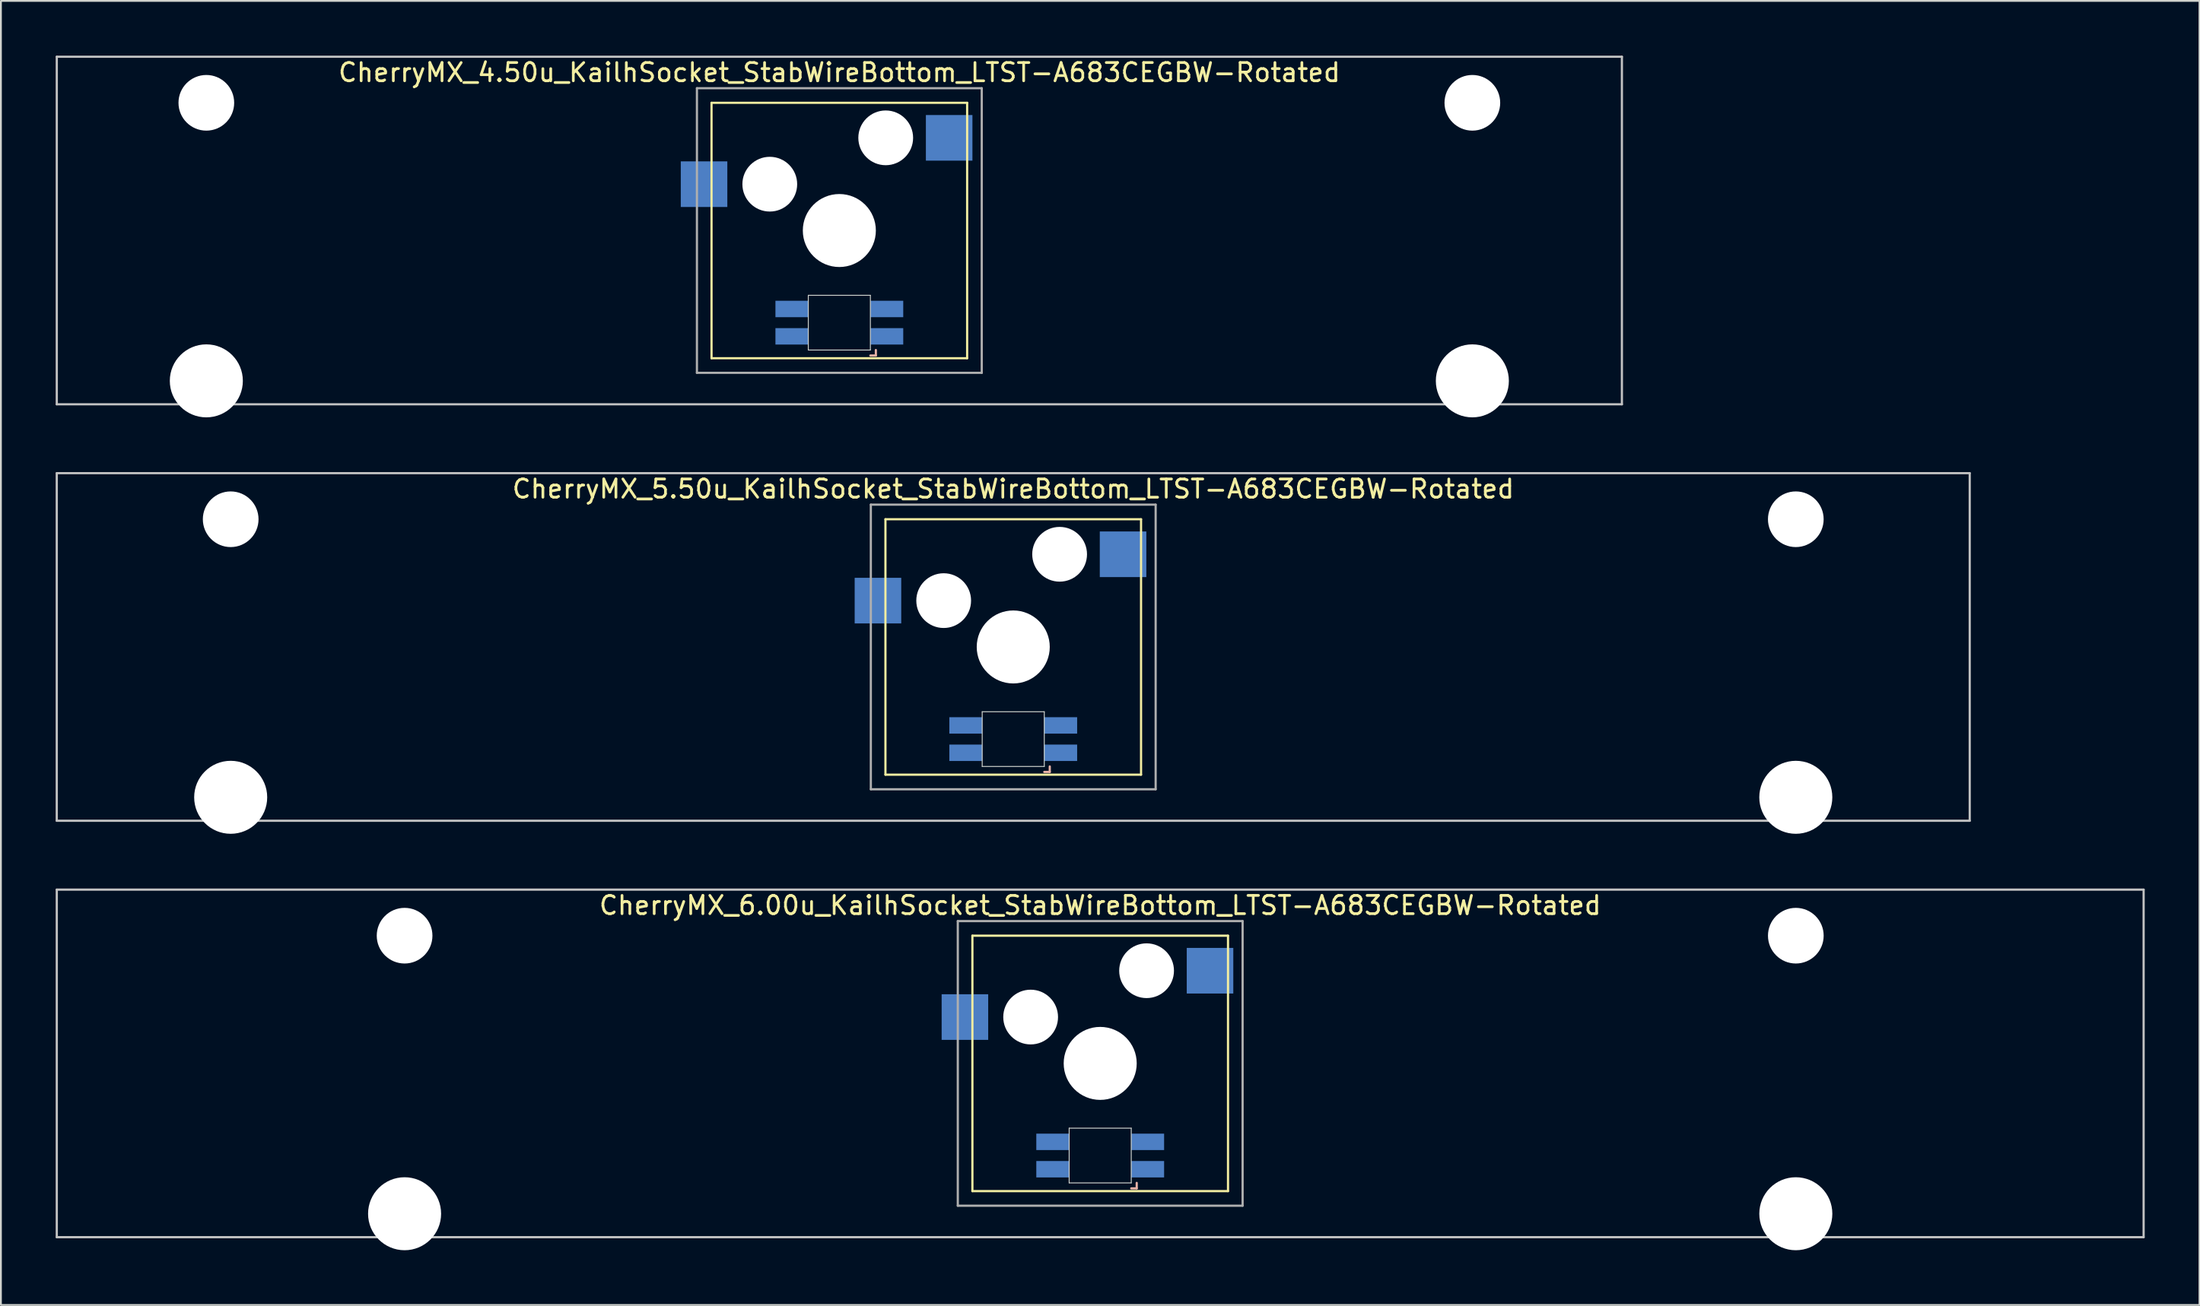
<source format=kicad_pcb>
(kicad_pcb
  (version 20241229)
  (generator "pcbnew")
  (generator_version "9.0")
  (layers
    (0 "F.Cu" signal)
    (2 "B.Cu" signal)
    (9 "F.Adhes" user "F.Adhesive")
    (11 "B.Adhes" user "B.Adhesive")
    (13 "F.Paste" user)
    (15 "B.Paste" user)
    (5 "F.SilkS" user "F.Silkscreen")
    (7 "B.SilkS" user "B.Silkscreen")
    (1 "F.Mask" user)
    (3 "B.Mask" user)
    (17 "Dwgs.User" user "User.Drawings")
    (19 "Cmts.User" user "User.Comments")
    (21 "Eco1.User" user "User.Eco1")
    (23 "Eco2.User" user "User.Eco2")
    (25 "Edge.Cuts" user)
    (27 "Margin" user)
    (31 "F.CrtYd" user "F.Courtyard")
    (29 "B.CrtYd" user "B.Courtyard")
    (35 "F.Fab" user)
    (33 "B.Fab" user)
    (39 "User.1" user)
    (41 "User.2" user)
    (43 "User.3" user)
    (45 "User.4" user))
  (footprint "CherryMX_4.50u_KailhSocket_StabWireBottom_LTST-A683CEGBW-Rotated"
    (layer "F.Cu")
    (at 42.922 9.585)
    (property "Reference" "CherryMX_4.50u_KailhSocket_StabWireBottom_LTST-A683CEGBW-Rotated" (at 0 -8.662 0) (layer "F.SilkS") (effects (font (size 1 1) (thickness 0.15))))
    (attr through_hole)
    (fp_line (start -7 -7) (end -7 7) (stroke (width 0.12) (type solid)) (layer "F.SilkS"))
    (fp_line (start -7 -7) (end 7 -7) (stroke (width 0.12) (type solid)) (layer "F.SilkS"))
    (fp_line (start 7 -7) (end 7 7) (stroke (width 0.12) (type solid)) (layer "F.SilkS"))
    (fp_line (start 7 7) (end -7 7) (stroke (width 0.12) (type solid)) (layer "F.SilkS"))
    (fp_line (start 1.7 6.85) (end 2 6.85) (stroke (width 0.12) (type solid)) (layer "B.SilkS"))
    (fp_line (start 2 6.85) (end 2 6.55) (stroke (width 0.12) (type solid)) (layer "B.SilkS"))
    (fp_line (start -42.862 -9.525) (end 42.862 -9.525) (stroke (width 0.12) (type solid)) (layer "Dwgs.User"))
    (fp_line (start -42.862 9.525) (end -42.862 -9.525) (stroke (width 0.12) (type solid)) (layer "Dwgs.User"))
    (fp_line (start 42.862 -9.525) (end 42.862 9.525) (stroke (width 0.12) (type solid)) (layer "Dwgs.User"))
    (fp_line (start 42.862 9.525) (end -42.862 9.525) (stroke (width 0.12) (type solid)) (layer "Dwgs.User"))
    (fp_line (start -1.7 3.55) (end 1.7 3.55) (stroke (width 0.05) (type solid)) (layer "Edge.Cuts"))
    (fp_line (start -1.7 6.55) (end -1.7 3.55) (stroke (width 0.05) (type solid)) (layer "Edge.Cuts"))
    (fp_line (start 1.7 3.55) (end 1.7 6.55) (stroke (width 0.05) (type solid)) (layer "Edge.Cuts"))
    (fp_line (start 1.7 6.55) (end -1.7 6.55) (stroke (width 0.05) (type solid)) (layer "Edge.Cuts"))
    (fp_line (start -7.8 -7.8) (end -7.8 7.8) (stroke (width 0.12) (type solid)) (layer "F.Fab"))
    (fp_line (start -7.8 -7.8) (end 7.8 -7.8) (stroke (width 0.12) (type solid)) (layer "F.Fab"))
    (fp_line (start -7.8 7.8) (end 7.8 7.8) (stroke (width 0.12) (type solid)) (layer "F.Fab"))
    (fp_line (start 7.8 -7.8) (end 7.8 7.8) (stroke (width 0.12) (type solid)) (layer "F.Fab"))
    (pad "" np_thru_hole circle (at -34.671 -7) (size 3.05 3.05) (drill 3.05) (layers "*.Cu" "*.Mask"))
    (pad "" np_thru_hole circle (at -34.671 8.24) (size 4 4) (drill 4) (layers "*.Cu" "*.Mask"))
    (pad "" np_thru_hole circle (at -3.81 -2.54) (size 3 3) (drill 3) (layers "*.Cu" "*.Mask"))
    (pad "" np_thru_hole circle (at 0 0) (size 4 4) (drill 4) (layers "*.Cu" "*.Mask"))
    (pad "" np_thru_hole circle (at 2.54 -5.08) (size 3 3) (drill 3) (layers "*.Cu" "*.Mask"))
    (pad "" np_thru_hole circle (at 34.671 -7) (size 3.05 3.05) (drill 3.05) (layers "*.Cu" "*.Mask"))
    (pad "" np_thru_hole circle (at 34.671 8.24) (size 4 4) (drill 4) (layers "*.Cu" "*.Mask"))
    (pad "1" smd rect (at -7.41 -2.54) (size 2.55 2.5) (layers "B.Cu" "B.Mask" "B.Paste"))
    (pad "2" smd rect (at 6.015 -5.08) (size 2.55 2.5) (layers "B.Cu" "B.Mask" "B.Paste"))
    (pad "3" smd rect (at 2.6 5.8) (size 1.8 0.9) (layers "B.Cu" "B.Mask" "B.Paste"))
    (pad "4" smd rect (at 2.6 4.3) (size 1.8 0.9) (layers "B.Cu" "B.Mask" "B.Paste"))
    (pad "5" smd rect (at -2.6 5.8) (size 1.8 0.9) (layers "B.Cu" "B.Mask" "B.Paste"))
    (pad "6" smd rect (at -2.6 4.3) (size 1.8 0.9) (layers "B.Cu" "B.Mask" "B.Paste")))
  (footprint "CherryMX_5.50u_KailhSocket_StabWireBottom_LTST-A683CEGBW-Rotated"
    (layer "F.Cu")
    (at 52.447 32.41)
    (property "Reference" "CherryMX_5.50u_KailhSocket_StabWireBottom_LTST-A683CEGBW-Rotated" (at 0 -8.662 0) (layer "F.SilkS") (effects (font (size 1 1) (thickness 0.15))))
    (attr through_hole)
    (fp_line (start -7 -7) (end -7 7) (stroke (width 0.12) (type solid)) (layer "F.SilkS"))
    (fp_line (start -7 -7) (end 7 -7) (stroke (width 0.12) (type solid)) (layer "F.SilkS"))
    (fp_line (start 7 -7) (end 7 7) (stroke (width 0.12) (type solid)) (layer "F.SilkS"))
    (fp_line (start 7 7) (end -7 7) (stroke (width 0.12) (type solid)) (layer "F.SilkS"))
    (fp_line (start 1.7 6.85) (end 2 6.85) (stroke (width 0.12) (type solid)) (layer "B.SilkS"))
    (fp_line (start 2 6.85) (end 2 6.55) (stroke (width 0.12) (type solid)) (layer "B.SilkS"))
    (fp_line (start -52.388 -9.525) (end 52.388 -9.525) (stroke (width 0.12) (type solid)) (layer "Dwgs.User"))
    (fp_line (start -52.388 9.525) (end -52.388 -9.525) (stroke (width 0.12) (type solid)) (layer "Dwgs.User"))
    (fp_line (start 52.388 -9.525) (end 52.388 9.525) (stroke (width 0.12) (type solid)) (layer "Dwgs.User"))
    (fp_line (start 52.388 9.525) (end -52.388 9.525) (stroke (width 0.12) (type solid)) (layer "Dwgs.User"))
    (fp_line (start -1.7 3.55) (end 1.7 3.55) (stroke (width 0.05) (type solid)) (layer "Edge.Cuts"))
    (fp_line (start -1.7 6.55) (end -1.7 3.55) (stroke (width 0.05) (type solid)) (layer "Edge.Cuts"))
    (fp_line (start 1.7 3.55) (end 1.7 6.55) (stroke (width 0.05) (type solid)) (layer "Edge.Cuts"))
    (fp_line (start 1.7 6.55) (end -1.7 6.55) (stroke (width 0.05) (type solid)) (layer "Edge.Cuts"))
    (fp_line (start -7.8 -7.8) (end -7.8 7.8) (stroke (width 0.12) (type solid)) (layer "F.Fab"))
    (fp_line (start -7.8 -7.8) (end 7.8 -7.8) (stroke (width 0.12) (type solid)) (layer "F.Fab"))
    (fp_line (start -7.8 7.8) (end 7.8 7.8) (stroke (width 0.12) (type solid)) (layer "F.Fab"))
    (fp_line (start 7.8 -7.8) (end 7.8 7.8) (stroke (width 0.12) (type solid)) (layer "F.Fab"))
    (pad "" np_thru_hole circle (at -42.862 -7) (size 3.05 3.05) (drill 3.05) (layers "*.Cu" "*.Mask"))
    (pad "" np_thru_hole circle (at -42.862 8.24) (size 4 4) (drill 4) (layers "*.Cu" "*.Mask"))
    (pad "" np_thru_hole circle (at -3.81 -2.54) (size 3 3) (drill 3) (layers "*.Cu" "*.Mask"))
    (pad "" np_thru_hole circle (at 0 0) (size 4 4) (drill 4) (layers "*.Cu" "*.Mask"))
    (pad "" np_thru_hole circle (at 2.54 -5.08) (size 3 3) (drill 3) (layers "*.Cu" "*.Mask"))
    (pad "" np_thru_hole circle (at 42.862 -7) (size 3.05 3.05) (drill 3.05) (layers "*.Cu" "*.Mask"))
    (pad "" np_thru_hole circle (at 42.862 8.24) (size 4 4) (drill 4) (layers "*.Cu" "*.Mask"))
    (pad "1" smd rect (at -7.41 -2.54) (size 2.55 2.5) (layers "B.Cu" "B.Mask" "B.Paste"))
    (pad "2" smd rect (at 6.015 -5.08) (size 2.55 2.5) (layers "B.Cu" "B.Mask" "B.Paste"))
    (pad "3" smd rect (at 2.6 5.8) (size 1.8 0.9) (layers "B.Cu" "B.Mask" "B.Paste"))
    (pad "4" smd rect (at 2.6 4.3) (size 1.8 0.9) (layers "B.Cu" "B.Mask" "B.Paste"))
    (pad "5" smd rect (at -2.6 5.8) (size 1.8 0.9) (layers "B.Cu" "B.Mask" "B.Paste"))
    (pad "6" smd rect (at -2.6 4.3) (size 1.8 0.9) (layers "B.Cu" "B.Mask" "B.Paste")))
  (footprint "CherryMX_6.00u_KailhSocket_StabWireBottom_LTST-A683CEGBW-Rotated"
    (layer "F.Cu")
    (at 57.21 55.235)
    (property "Reference" "CherryMX_6.00u_KailhSocket_StabWireBottom_LTST-A683CEGBW-Rotated" (at 0 -8.662 0) (layer "F.SilkS") (effects (font (size 1 1) (thickness 0.15))))
    (attr through_hole)
    (fp_line (start -7 -7) (end -7 7) (stroke (width 0.12) (type solid)) (layer "F.SilkS"))
    (fp_line (start -7 -7) (end 7 -7) (stroke (width 0.12) (type solid)) (layer "F.SilkS"))
    (fp_line (start 7 -7) (end 7 7) (stroke (width 0.12) (type solid)) (layer "F.SilkS"))
    (fp_line (start 7 7) (end -7 7) (stroke (width 0.12) (type solid)) (layer "F.SilkS"))
    (fp_line (start 1.7 6.85) (end 2 6.85) (stroke (width 0.12) (type solid)) (layer "B.SilkS"))
    (fp_line (start 2 6.85) (end 2 6.55) (stroke (width 0.12) (type solid)) (layer "B.SilkS"))
    (fp_line (start -57.15 -9.525) (end 57.15 -9.525) (stroke (width 0.12) (type solid)) (layer "Dwgs.User"))
    (fp_line (start -57.15 9.525) (end -57.15 -9.525) (stroke (width 0.12) (type solid)) (layer "Dwgs.User"))
    (fp_line (start 57.15 -9.525) (end 57.15 9.525) (stroke (width 0.12) (type solid)) (layer "Dwgs.User"))
    (fp_line (start 57.15 9.525) (end -57.15 9.525) (stroke (width 0.12) (type solid)) (layer "Dwgs.User"))
    (fp_line (start -1.7 3.55) (end 1.7 3.55) (stroke (width 0.05) (type solid)) (layer "Edge.Cuts"))
    (fp_line (start -1.7 6.55) (end -1.7 3.55) (stroke (width 0.05) (type solid)) (layer "Edge.Cuts"))
    (fp_line (start 1.7 3.55) (end 1.7 6.55) (stroke (width 0.05) (type solid)) (layer "Edge.Cuts"))
    (fp_line (start 1.7 6.55) (end -1.7 6.55) (stroke (width 0.05) (type solid)) (layer "Edge.Cuts"))
    (fp_line (start -7.8 -7.8) (end -7.8 7.8) (stroke (width 0.12) (type solid)) (layer "F.Fab"))
    (fp_line (start -7.8 -7.8) (end 7.8 -7.8) (stroke (width 0.12) (type solid)) (layer "F.Fab"))
    (fp_line (start -7.8 7.8) (end 7.8 7.8) (stroke (width 0.12) (type solid)) (layer "F.Fab"))
    (fp_line (start 7.8 -7.8) (end 7.8 7.8) (stroke (width 0.12) (type solid)) (layer "F.Fab"))
    (pad "" np_thru_hole circle (at -38.1 -7) (size 3.05 3.05) (drill 3.05) (layers "*.Cu" "*.Mask"))
    (pad "" np_thru_hole circle (at -38.1 8.24) (size 4 4) (drill 4) (layers "*.Cu" "*.Mask"))
    (pad "" np_thru_hole circle (at -3.81 -2.54) (size 3 3) (drill 3) (layers "*.Cu" "*.Mask"))
    (pad "" np_thru_hole circle (at 0 0) (size 4 4) (drill 4) (layers "*.Cu" "*.Mask"))
    (pad "" np_thru_hole circle (at 2.54 -5.08) (size 3 3) (drill 3) (layers "*.Cu" "*.Mask"))
    (pad "" np_thru_hole circle (at 38.1 -7) (size 3.05 3.05) (drill 3.05) (layers "*.Cu" "*.Mask"))
    (pad "" np_thru_hole circle (at 38.1 8.24) (size 4 4) (drill 4) (layers "*.Cu" "*.Mask"))
    (pad "1" smd rect (at -7.41 -2.54) (size 2.55 2.5) (layers "B.Cu" "B.Mask" "B.Paste"))
    (pad "2" smd rect (at 6.015 -5.08) (size 2.55 2.5) (layers "B.Cu" "B.Mask" "B.Paste"))
    (pad "3" smd rect (at 2.6 5.8) (size 1.8 0.9) (layers "B.Cu" "B.Mask" "B.Paste"))
    (pad "4" smd rect (at 2.6 4.3) (size 1.8 0.9) (layers "B.Cu" "B.Mask" "B.Paste"))
    (pad "5" smd rect (at -2.6 5.8) (size 1.8 0.9) (layers "B.Cu" "B.Mask" "B.Paste"))
    (pad "6" smd rect (at -2.6 4.3) (size 1.8 0.9) (layers "B.Cu" "B.Mask" "B.Paste")))
  (gr_rect
    (start -3 -3)
    (end 117.42 68.475)
    (stroke (width 0.1) (type default))
    (fill no)
    (layer "Edge.Cuts")))
</source>
